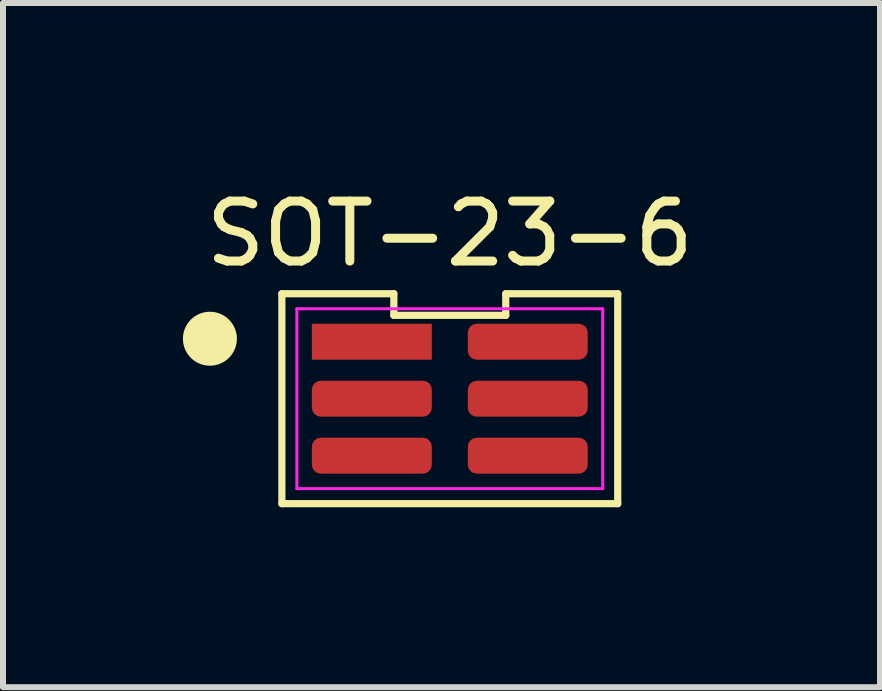
<source format=kicad_pcb>
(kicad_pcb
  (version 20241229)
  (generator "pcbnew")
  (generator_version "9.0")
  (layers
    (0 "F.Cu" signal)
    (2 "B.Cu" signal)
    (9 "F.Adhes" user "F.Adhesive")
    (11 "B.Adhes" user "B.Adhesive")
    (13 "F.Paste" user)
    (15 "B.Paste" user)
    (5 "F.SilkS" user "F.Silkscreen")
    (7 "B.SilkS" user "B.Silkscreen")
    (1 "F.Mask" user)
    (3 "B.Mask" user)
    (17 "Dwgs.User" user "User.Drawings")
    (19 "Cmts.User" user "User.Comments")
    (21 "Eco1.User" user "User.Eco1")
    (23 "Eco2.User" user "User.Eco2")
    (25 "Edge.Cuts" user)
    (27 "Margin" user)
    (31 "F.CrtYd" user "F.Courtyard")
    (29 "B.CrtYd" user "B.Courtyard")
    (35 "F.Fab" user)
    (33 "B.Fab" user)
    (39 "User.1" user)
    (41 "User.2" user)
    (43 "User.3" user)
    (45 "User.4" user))
  (footprint "SOT-23-6"
    (layer "F.Cu")
    (at 4.45 3.598)
    (property "Reference" "SOT-23-6" (at 0 -2.75 0) (layer "F.SilkS") (effects (font (size 1 1) (thickness 0.15))))
    (attr through_hole)
    (fp_line (start -2.8 -1.75) (end -2.8 1.75) (stroke (width 0.12) (type default)) (layer "F.SilkS"))
    (fp_line (start -2.8 1.75) (end 2.8 1.75) (stroke (width 0.12) (type default)) (layer "F.SilkS"))
    (fp_line (start -0.933 -1.75) (end -2.8 -1.75) (stroke (width 0.12) (type default)) (layer "F.SilkS"))
    (fp_line (start -0.933 -1.39) (end -0.933 -1.75) (stroke (width 0.12) (type default)) (layer "F.SilkS"))
    (fp_line (start 0.933 -1.75) (end 0.933 -1.39) (stroke (width 0.12) (type default)) (layer "F.SilkS"))
    (fp_line (start 0.933 -1.39) (end -0.933 -1.39) (stroke (width 0.12) (type default)) (layer "F.SilkS"))
    (fp_line (start 2.8 -1.75) (end 0.933 -1.75) (stroke (width 0.12) (type default)) (layer "F.SilkS"))
    (fp_line (start 2.8 1.75) (end 2.8 -1.75) (stroke (width 0.12) (type default)) (layer "F.SilkS"))
    (fp_circle (center -4 -1) (end -3.6 -1) (stroke (width 0.1) (type solid)) (fill yes) (layer "F.SilkS"))
    (fp_line (start -2.55 -1.5) (end 2.55 -1.5) (stroke (width 0.05) (type default)) (layer "F.CrtYd"))
    (fp_line (start -2.55 1.5) (end -2.55 -1.5) (stroke (width 0.05) (type default)) (layer "F.CrtYd"))
    (fp_line (start 2.55 -1.5) (end 2.55 1.5) (stroke (width 0.05) (type default)) (layer "F.CrtYd"))
    (fp_line (start 2.55 1.5) (end -2.55 1.5) (stroke (width 0.05) (type default)) (layer "F.CrtYd"))
    (pad "1" smd rect (at -1.3 -0.95 270) (size 0.6 2) (layers "F.Cu" "F.Mask" "F.Paste"))
    (pad "2" smd roundrect (at -1.3 0 270) (size 0.6 2) (layers "F.Cu" "F.Mask" "F.Paste") (roundrect_rratio 0.25))
    (pad "3" smd roundrect (at -1.3 0.95 270) (size 0.6 2) (layers "F.Cu" "F.Mask" "F.Paste") (roundrect_rratio 0.25))
    (pad "4" smd roundrect (at 1.3 0.95 270) (size 0.6 2) (layers "F.Cu" "F.Mask" "F.Paste") (roundrect_rratio 0.25))
    (pad "5" smd roundrect (at 1.3 0 270) (size 0.6 2) (layers "F.Cu" "F.Mask" "F.Paste") (roundrect_rratio 0.25))
    (pad "6" smd roundrect (at 1.3 -0.95 270) (size 0.6 2) (layers "F.Cu" "F.Mask" "F.Paste") (roundrect_rratio 0.25)))
  (gr_rect
    (start -3 -3)
    (end 11.623 8.408)
    (stroke (width 0.1) (type default))
    (fill no)
    (layer "Edge.Cuts")))
</source>
